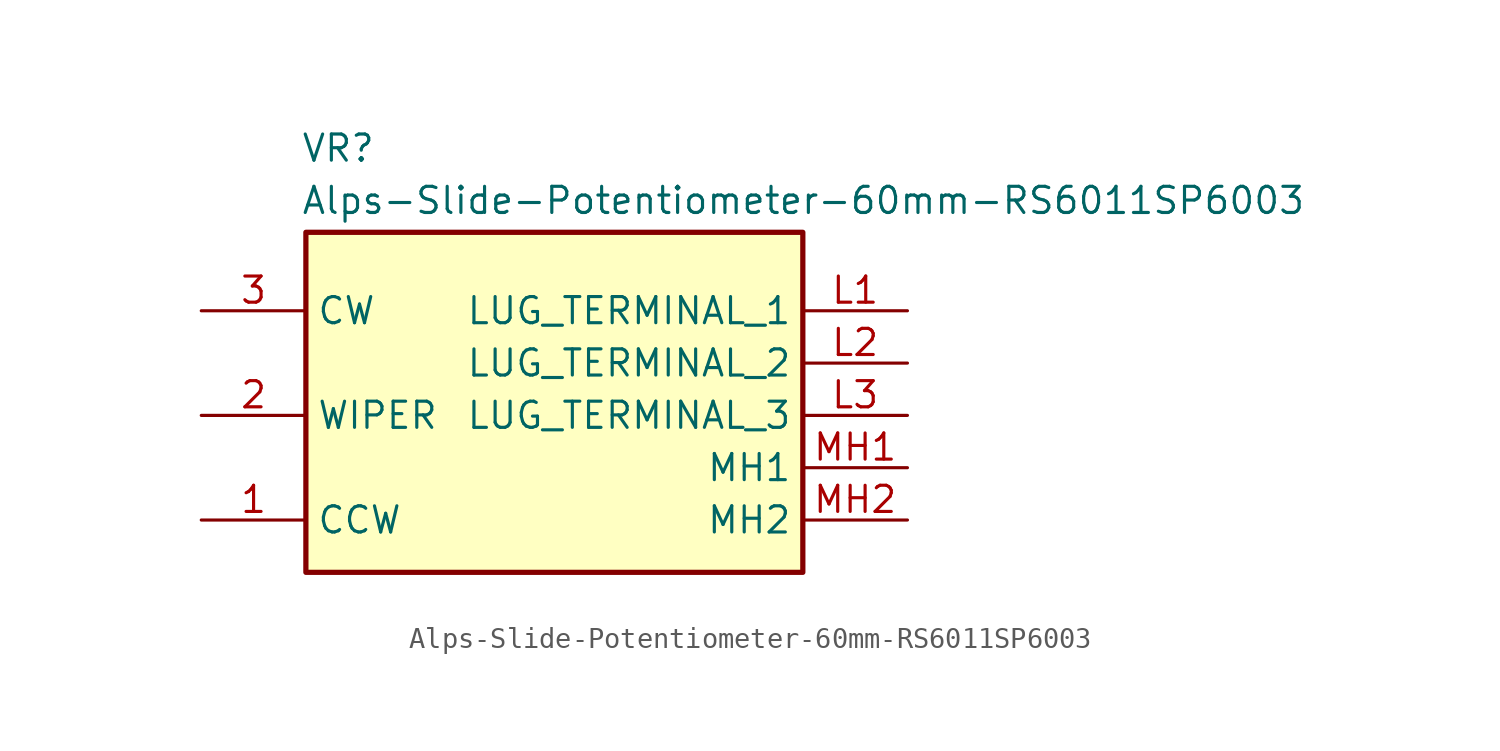
<source format=kicad_sym>
(kicad_symbol_lib
  (version 20231120)
  (generator "kicad_symbol_editor")
  (generator_version "8.0")
  (symbol "Alps-Slide-Potentiometer-60mm-RS6011SP6003"
    (property "Reference" "VR"
      (at 4.826 11.176 0)
      (effects (font (size 1.27 1.27)) (justify left top)))
    (property "Value" "Alps-Slide-Potentiometer-60mm-RS6011SP6003"
      (at 4.826 8.636 0)
      (effects (font (size 1.27 1.27)) (justify left top)))
    (symbol "Alps-Slide-Potentiometer-60mm-RS6011SP6003_1_1"
      (rectangle (start 5.08 6.35) (end 29.21 -10.16) (stroke (width 0.254) (type default)) (fill (type background)))
      (pin passive line (at 0 -7.62 0) (length 5.08) (name "CCW" (effects (font (size 1.27 1.27)))) (number "1" (effects (font (size 1.27 1.27)))))
      (pin passive line (at 0 -2.54 0) (length 5.08) (name "WIPER" (effects (font (size 1.27 1.27)))) (number "2" (effects (font (size 1.27 1.27)))))
      (pin passive line (at 0 2.54 0) (length 5.08) (name "CW" (effects (font (size 1.27 1.27)))) (number "3" (effects (font (size 1.27 1.27)))))
      (pin passive line (at 34.29 2.54 180) (length 5.08) (name "LUG_TERMINAL_1" (effects (font (size 1.27 1.27)))) (number "L1" (effects (font (size 1.27 1.27)))))
      (pin passive line (at 34.29 0 180) (length 5.08) (name "LUG_TERMINAL_2" (effects (font (size 1.27 1.27)))) (number "L2" (effects (font (size 1.27 1.27)))))
      (pin passive line (at 34.29 -2.54 180) (length 5.08) (name "LUG_TERMINAL_3" (effects (font (size 1.27 1.27)))) (number "L3" (effects (font (size 1.27 1.27)))))
      (pin passive line (at 34.29 -5.08 180) (length 5.08) (name "MH1" (effects (font (size 1.27 1.27)))) (number "MH1" (effects (font (size 1.27 1.27)))))
      (pin passive line (at 34.29 -7.62 180) (length 5.08) (name "MH2" (effects (font (size 1.27 1.27)))) (number "MH2" (effects (font (size 1.27 1.27))))))))
</source>
